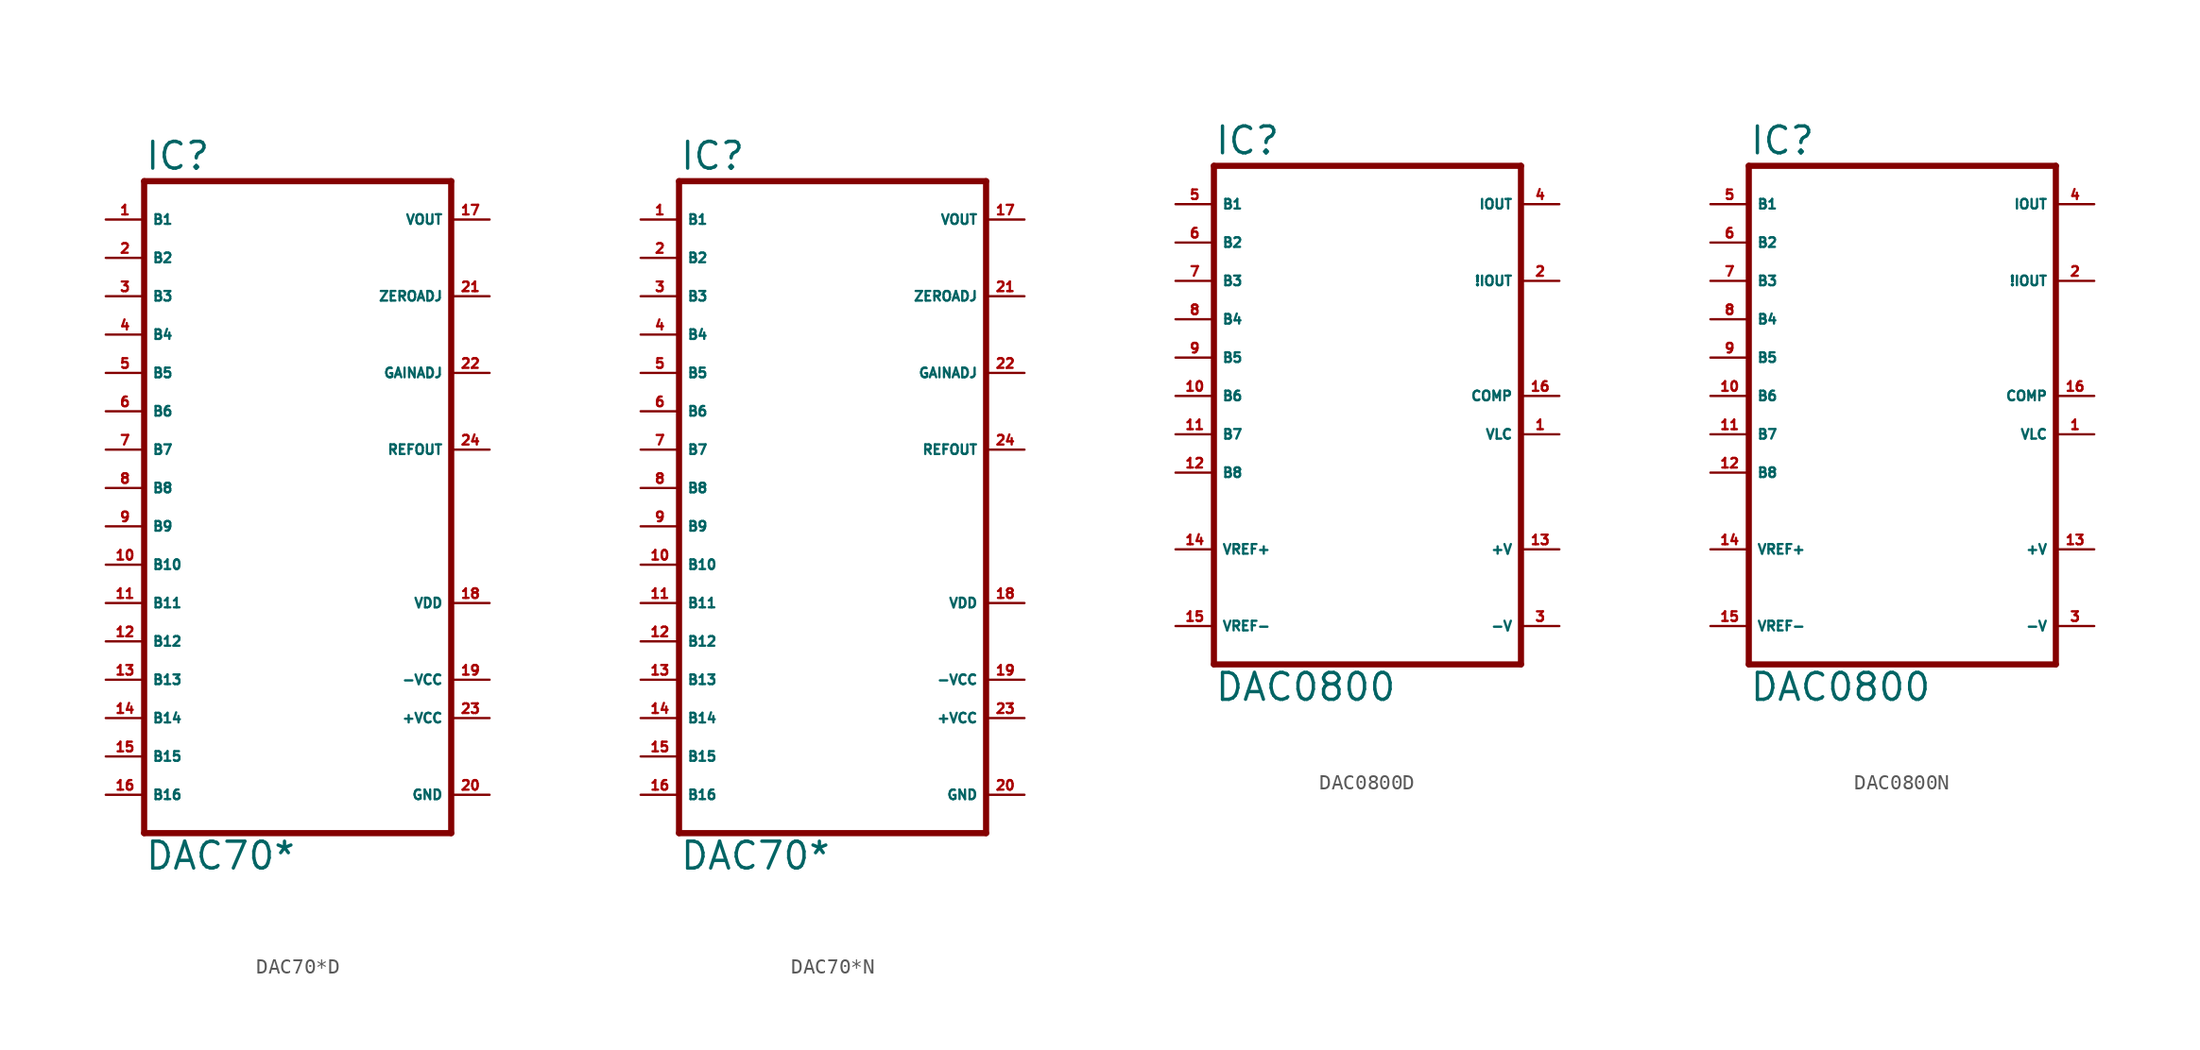
<source format=kicad_sym>
(kicad_symbol_lib
  (version 20220914)
  (generator Eagle2Kicad)
  (symbol "DAC70*D"
    (property "Reference" "IC"
      (at -10.16 20.955 0)
      (effects (font (size 1.778 1.778) (thickness 0.22)) (justify left bottom)))
    (property "Value" "DAC70*"
      (at -10.16 -25.4 0)
      (effects (font (size 1.778 1.778) (thickness 0.22)) (justify left bottom)))
    (polyline
      (pts (xy -10.16 -22.86) (xy 10.16 -22.86))
      (stroke (width 0.406) (type default))
      (fill (type none)))
    (polyline
      (pts (xy 10.16 20.32) (xy 10.16 -22.86))
      (stroke (width 0.406) (type default))
      (fill (type none)))
    (polyline
      (pts (xy 10.16 20.32) (xy -10.16 20.32))
      (stroke (width 0.406) (type default))
      (fill (type none)))
    (polyline
      (pts (xy -10.16 -22.86) (xy -10.16 20.32))
      (stroke (width 0.406) (type default))
      (fill (type none)))
    (pin input line
      (at -12.7 17.78 0)
      (length 2.54)
      (name "B1" (effects (font (size 0.635 0.635) (thickness 0.08)) (justify left bottom)))
      (number "1" (effects (font (size 0.635 0.635) (thickness 0.08)) (justify left bottom))))
    (pin input line
      (at -12.7 15.24 0)
      (length 2.54)
      (name "B2" (effects (font (size 0.635 0.635) (thickness 0.08)) (justify left bottom)))
      (number "2" (effects (font (size 0.635 0.635) (thickness 0.08)) (justify left bottom))))
    (pin input line
      (at -12.7 12.7 0)
      (length 2.54)
      (name "B3" (effects (font (size 0.635 0.635) (thickness 0.08)) (justify left bottom)))
      (number "3" (effects (font (size 0.635 0.635) (thickness 0.08)) (justify left bottom))))
    (pin input line
      (at -12.7 10.16 0)
      (length 2.54)
      (name "B4" (effects (font (size 0.635 0.635) (thickness 0.08)) (justify left bottom)))
      (number "4" (effects (font (size 0.635 0.635) (thickness 0.08)) (justify left bottom))))
    (pin input line
      (at -12.7 7.62 0)
      (length 2.54)
      (name "B5" (effects (font (size 0.635 0.635) (thickness 0.08)) (justify left bottom)))
      (number "5" (effects (font (size 0.635 0.635) (thickness 0.08)) (justify left bottom))))
    (pin input line
      (at -12.7 5.08 0)
      (length 2.54)
      (name "B6" (effects (font (size 0.635 0.635) (thickness 0.08)) (justify left bottom)))
      (number "6" (effects (font (size 0.635 0.635) (thickness 0.08)) (justify left bottom))))
    (pin input line
      (at -12.7 2.54 0)
      (length 2.54)
      (name "B7" (effects (font (size 0.635 0.635) (thickness 0.08)) (justify left bottom)))
      (number "7" (effects (font (size 0.635 0.635) (thickness 0.08)) (justify left bottom))))
    (pin input line
      (at -12.7 0 0)
      (length 2.54)
      (name "B8" (effects (font (size 0.635 0.635) (thickness 0.08)) (justify left bottom)))
      (number "8" (effects (font (size 0.635 0.635) (thickness 0.08)) (justify left bottom))))
    (pin input line
      (at -12.7 -2.54 0)
      (length 2.54)
      (name "B9" (effects (font (size 0.635 0.635) (thickness 0.08)) (justify left bottom)))
      (number "9" (effects (font (size 0.635 0.635) (thickness 0.08)) (justify left bottom))))
    (pin input line
      (at -12.7 -5.08 0)
      (length 2.54)
      (name "B10" (effects (font (size 0.635 0.635) (thickness 0.08)) (justify left bottom)))
      (number "10" (effects (font (size 0.635 0.635) (thickness 0.08)) (justify left bottom))))
    (pin input line
      (at -12.7 -7.62 0)
      (length 2.54)
      (name "B11" (effects (font (size 0.635 0.635) (thickness 0.08)) (justify left bottom)))
      (number "11" (effects (font (size 0.635 0.635) (thickness 0.08)) (justify left bottom))))
    (pin input line
      (at -12.7 -10.16 0)
      (length 2.54)
      (name "B12" (effects (font (size 0.635 0.635) (thickness 0.08)) (justify left bottom)))
      (number "12" (effects (font (size 0.635 0.635) (thickness 0.08)) (justify left bottom))))
    (pin input line
      (at -12.7 -12.7 0)
      (length 2.54)
      (name "B13" (effects (font (size 0.635 0.635) (thickness 0.08)) (justify left bottom)))
      (number "13" (effects (font (size 0.635 0.635) (thickness 0.08)) (justify left bottom))))
    (pin input line
      (at -12.7 -15.24 0)
      (length 2.54)
      (name "B14" (effects (font (size 0.635 0.635) (thickness 0.08)) (justify left bottom)))
      (number "14" (effects (font (size 0.635 0.635) (thickness 0.08)) (justify left bottom))))
    (pin input line
      (at -12.7 -17.78 0)
      (length 2.54)
      (name "B15" (effects (font (size 0.635 0.635) (thickness 0.08)) (justify left bottom)))
      (number "15" (effects (font (size 0.635 0.635) (thickness 0.08)) (justify left bottom))))
    (pin input line
      (at -12.7 -20.32 0)
      (length 2.54)
      (name "B16" (effects (font (size 0.635 0.635) (thickness 0.08)) (justify left bottom)))
      (number "16" (effects (font (size 0.635 0.635) (thickness 0.08)) (justify left bottom))))
    (pin output line
      (at 12.7 17.78 180)
      (length 2.54)
      (name "VOUT" (effects (font (size 0.635 0.635) (thickness 0.08)) (justify left bottom)))
      (number "17" (effects (font (size 0.635 0.635) (thickness 0.08)) (justify left bottom))))
    (pin output line
      (at 12.7 12.7 180)
      (length 2.54)
      (name "ZEROADJ" (effects (font (size 0.635 0.635) (thickness 0.08)) (justify left bottom)))
      (number "21" (effects (font (size 0.635 0.635) (thickness 0.08)) (justify left bottom))))
    (pin output line
      (at 12.7 7.62 180)
      (length 2.54)
      (name "GAINADJ" (effects (font (size 0.635 0.635) (thickness 0.08)) (justify left bottom)))
      (number "22" (effects (font (size 0.635 0.635) (thickness 0.08)) (justify left bottom))))
    (pin output line
      (at 12.7 2.54 180)
      (length 2.54)
      (name "REFOUT" (effects (font (size 0.635 0.635) (thickness 0.08)) (justify left bottom)))
      (number "24" (effects (font (size 0.635 0.635) (thickness 0.08)) (justify left bottom))))
    (pin unspecified line
      (at 12.7 -7.62 180)
      (length 2.54)
      (name "VDD" (effects (font (size 0.635 0.635) (thickness 0.08)) (justify left bottom)))
      (number "18" (effects (font (size 0.635 0.635) (thickness 0.08)) (justify left bottom))))
    (pin unspecified line
      (at 12.7 -12.7 180)
      (length 2.54)
      (name "-VCC" (effects (font (size 0.635 0.635) (thickness 0.08)) (justify left bottom)))
      (number "19" (effects (font (size 0.635 0.635) (thickness 0.08)) (justify left bottom))))
    (pin unspecified line
      (at 12.7 -15.24 180)
      (length 2.54)
      (name "+VCC" (effects (font (size 0.635 0.635) (thickness 0.08)) (justify left bottom)))
      (number "23" (effects (font (size 0.635 0.635) (thickness 0.08)) (justify left bottom))))
    (pin unspecified line
      (at 12.7 -20.32 180)
      (length 2.54)
      (name "GND" (effects (font (size 0.635 0.635) (thickness 0.08)) (justify left bottom)))
      (number "20" (effects (font (size 0.635 0.635) (thickness 0.08)) (justify left bottom)))))
  (symbol "DAC70*N"
    (property "Reference" "IC"
      (at -10.16 20.955 0)
      (effects (font (size 1.778 1.778) (thickness 0.22)) (justify left bottom)))
    (property "Value" "DAC70*"
      (at -10.16 -25.4 0)
      (effects (font (size 1.778 1.778) (thickness 0.22)) (justify left bottom)))
    (polyline
      (pts (xy -10.16 -22.86) (xy 10.16 -22.86))
      (stroke (width 0.406) (type default))
      (fill (type none)))
    (polyline
      (pts (xy 10.16 20.32) (xy 10.16 -22.86))
      (stroke (width 0.406) (type default))
      (fill (type none)))
    (polyline
      (pts (xy 10.16 20.32) (xy -10.16 20.32))
      (stroke (width 0.406) (type default))
      (fill (type none)))
    (polyline
      (pts (xy -10.16 -22.86) (xy -10.16 20.32))
      (stroke (width 0.406) (type default))
      (fill (type none)))
    (pin input line
      (at -12.7 17.78 0)
      (length 2.54)
      (name "B1" (effects (font (size 0.635 0.635) (thickness 0.08)) (justify left bottom)))
      (number "1" (effects (font (size 0.635 0.635) (thickness 0.08)) (justify left bottom))))
    (pin input line
      (at -12.7 15.24 0)
      (length 2.54)
      (name "B2" (effects (font (size 0.635 0.635) (thickness 0.08)) (justify left bottom)))
      (number "2" (effects (font (size 0.635 0.635) (thickness 0.08)) (justify left bottom))))
    (pin input line
      (at -12.7 12.7 0)
      (length 2.54)
      (name "B3" (effects (font (size 0.635 0.635) (thickness 0.08)) (justify left bottom)))
      (number "3" (effects (font (size 0.635 0.635) (thickness 0.08)) (justify left bottom))))
    (pin input line
      (at -12.7 10.16 0)
      (length 2.54)
      (name "B4" (effects (font (size 0.635 0.635) (thickness 0.08)) (justify left bottom)))
      (number "4" (effects (font (size 0.635 0.635) (thickness 0.08)) (justify left bottom))))
    (pin input line
      (at -12.7 7.62 0)
      (length 2.54)
      (name "B5" (effects (font (size 0.635 0.635) (thickness 0.08)) (justify left bottom)))
      (number "5" (effects (font (size 0.635 0.635) (thickness 0.08)) (justify left bottom))))
    (pin input line
      (at -12.7 5.08 0)
      (length 2.54)
      (name "B6" (effects (font (size 0.635 0.635) (thickness 0.08)) (justify left bottom)))
      (number "6" (effects (font (size 0.635 0.635) (thickness 0.08)) (justify left bottom))))
    (pin input line
      (at -12.7 2.54 0)
      (length 2.54)
      (name "B7" (effects (font (size 0.635 0.635) (thickness 0.08)) (justify left bottom)))
      (number "7" (effects (font (size 0.635 0.635) (thickness 0.08)) (justify left bottom))))
    (pin input line
      (at -12.7 0 0)
      (length 2.54)
      (name "B8" (effects (font (size 0.635 0.635) (thickness 0.08)) (justify left bottom)))
      (number "8" (effects (font (size 0.635 0.635) (thickness 0.08)) (justify left bottom))))
    (pin input line
      (at -12.7 -2.54 0)
      (length 2.54)
      (name "B9" (effects (font (size 0.635 0.635) (thickness 0.08)) (justify left bottom)))
      (number "9" (effects (font (size 0.635 0.635) (thickness 0.08)) (justify left bottom))))
    (pin input line
      (at -12.7 -5.08 0)
      (length 2.54)
      (name "B10" (effects (font (size 0.635 0.635) (thickness 0.08)) (justify left bottom)))
      (number "10" (effects (font (size 0.635 0.635) (thickness 0.08)) (justify left bottom))))
    (pin input line
      (at -12.7 -7.62 0)
      (length 2.54)
      (name "B11" (effects (font (size 0.635 0.635) (thickness 0.08)) (justify left bottom)))
      (number "11" (effects (font (size 0.635 0.635) (thickness 0.08)) (justify left bottom))))
    (pin input line
      (at -12.7 -10.16 0)
      (length 2.54)
      (name "B12" (effects (font (size 0.635 0.635) (thickness 0.08)) (justify left bottom)))
      (number "12" (effects (font (size 0.635 0.635) (thickness 0.08)) (justify left bottom))))
    (pin input line
      (at -12.7 -12.7 0)
      (length 2.54)
      (name "B13" (effects (font (size 0.635 0.635) (thickness 0.08)) (justify left bottom)))
      (number "13" (effects (font (size 0.635 0.635) (thickness 0.08)) (justify left bottom))))
    (pin input line
      (at -12.7 -15.24 0)
      (length 2.54)
      (name "B14" (effects (font (size 0.635 0.635) (thickness 0.08)) (justify left bottom)))
      (number "14" (effects (font (size 0.635 0.635) (thickness 0.08)) (justify left bottom))))
    (pin input line
      (at -12.7 -17.78 0)
      (length 2.54)
      (name "B15" (effects (font (size 0.635 0.635) (thickness 0.08)) (justify left bottom)))
      (number "15" (effects (font (size 0.635 0.635) (thickness 0.08)) (justify left bottom))))
    (pin input line
      (at -12.7 -20.32 0)
      (length 2.54)
      (name "B16" (effects (font (size 0.635 0.635) (thickness 0.08)) (justify left bottom)))
      (number "16" (effects (font (size 0.635 0.635) (thickness 0.08)) (justify left bottom))))
    (pin output line
      (at 12.7 17.78 180)
      (length 2.54)
      (name "VOUT" (effects (font (size 0.635 0.635) (thickness 0.08)) (justify left bottom)))
      (number "17" (effects (font (size 0.635 0.635) (thickness 0.08)) (justify left bottom))))
    (pin output line
      (at 12.7 12.7 180)
      (length 2.54)
      (name "ZEROADJ" (effects (font (size 0.635 0.635) (thickness 0.08)) (justify left bottom)))
      (number "21" (effects (font (size 0.635 0.635) (thickness 0.08)) (justify left bottom))))
    (pin output line
      (at 12.7 7.62 180)
      (length 2.54)
      (name "GAINADJ" (effects (font (size 0.635 0.635) (thickness 0.08)) (justify left bottom)))
      (number "22" (effects (font (size 0.635 0.635) (thickness 0.08)) (justify left bottom))))
    (pin output line
      (at 12.7 2.54 180)
      (length 2.54)
      (name "REFOUT" (effects (font (size 0.635 0.635) (thickness 0.08)) (justify left bottom)))
      (number "24" (effects (font (size 0.635 0.635) (thickness 0.08)) (justify left bottom))))
    (pin unspecified line
      (at 12.7 -7.62 180)
      (length 2.54)
      (name "VDD" (effects (font (size 0.635 0.635) (thickness 0.08)) (justify left bottom)))
      (number "18" (effects (font (size 0.635 0.635) (thickness 0.08)) (justify left bottom))))
    (pin unspecified line
      (at 12.7 -12.7 180)
      (length 2.54)
      (name "-VCC" (effects (font (size 0.635 0.635) (thickness 0.08)) (justify left bottom)))
      (number "19" (effects (font (size 0.635 0.635) (thickness 0.08)) (justify left bottom))))
    (pin unspecified line
      (at 12.7 -15.24 180)
      (length 2.54)
      (name "+VCC" (effects (font (size 0.635 0.635) (thickness 0.08)) (justify left bottom)))
      (number "23" (effects (font (size 0.635 0.635) (thickness 0.08)) (justify left bottom))))
    (pin unspecified line
      (at 12.7 -20.32 180)
      (length 2.54)
      (name "GND" (effects (font (size 0.635 0.635) (thickness 0.08)) (justify left bottom)))
      (number "20" (effects (font (size 0.635 0.635) (thickness 0.08)) (justify left bottom)))))
  (symbol "DAC0800D"
    (property "Reference" "IC"
      (at -10.16 15.875 0)
      (effects (font (size 1.778 1.778) (thickness 0.22)) (justify left bottom)))
    (property "Value" "DAC0800"
      (at -10.16 -20.32 0)
      (effects (font (size 1.778 1.778) (thickness 0.22)) (justify left bottom)))
    (polyline
      (pts (xy -10.16 -17.78) (xy 10.16 -17.78))
      (stroke (width 0.406) (type default))
      (fill (type none)))
    (polyline
      (pts (xy 10.16 -17.78) (xy 10.16 15.24))
      (stroke (width 0.406) (type default))
      (fill (type none)))
    (polyline
      (pts (xy 10.16 15.24) (xy -10.16 15.24))
      (stroke (width 0.406) (type default))
      (fill (type none)))
    (polyline
      (pts (xy -10.16 15.24) (xy -10.16 -17.78))
      (stroke (width 0.406) (type default))
      (fill (type none)))
    (pin input line
      (at 12.7 -2.54 180)
      (length 2.54)
      (name "VLC" (effects (font (size 0.635 0.635) (thickness 0.08)) (justify left bottom)))
      (number "1" (effects (font (size 0.635 0.635) (thickness 0.08)) (justify left bottom))))
    (pin output line
      (at 12.7 7.62 180)
      (length 2.54)
      (name "!IOUT" (effects (font (size 0.635 0.635) (thickness 0.08)) (justify left bottom)))
      (number "2" (effects (font (size 0.635 0.635) (thickness 0.08)) (justify left bottom))))
    (pin output line
      (at 12.7 12.7 180)
      (length 2.54)
      (name "IOUT" (effects (font (size 0.635 0.635) (thickness 0.08)) (justify left bottom)))
      (number "4" (effects (font (size 0.635 0.635) (thickness 0.08)) (justify left bottom))))
    (pin input line
      (at -12.7 12.7 0)
      (length 2.54)
      (name "B1" (effects (font (size 0.635 0.635) (thickness 0.08)) (justify left bottom)))
      (number "5" (effects (font (size 0.635 0.635) (thickness 0.08)) (justify left bottom))))
    (pin input line
      (at -12.7 10.16 0)
      (length 2.54)
      (name "B2" (effects (font (size 0.635 0.635) (thickness 0.08)) (justify left bottom)))
      (number "6" (effects (font (size 0.635 0.635) (thickness 0.08)) (justify left bottom))))
    (pin input line
      (at -12.7 7.62 0)
      (length 2.54)
      (name "B3" (effects (font (size 0.635 0.635) (thickness 0.08)) (justify left bottom)))
      (number "7" (effects (font (size 0.635 0.635) (thickness 0.08)) (justify left bottom))))
    (pin input line
      (at -12.7 5.08 0)
      (length 2.54)
      (name "B4" (effects (font (size 0.635 0.635) (thickness 0.08)) (justify left bottom)))
      (number "8" (effects (font (size 0.635 0.635) (thickness 0.08)) (justify left bottom))))
    (pin input line
      (at -12.7 2.54 0)
      (length 2.54)
      (name "B5" (effects (font (size 0.635 0.635) (thickness 0.08)) (justify left bottom)))
      (number "9" (effects (font (size 0.635 0.635) (thickness 0.08)) (justify left bottom))))
    (pin input line
      (at -12.7 0 0)
      (length 2.54)
      (name "B6" (effects (font (size 0.635 0.635) (thickness 0.08)) (justify left bottom)))
      (number "10" (effects (font (size 0.635 0.635) (thickness 0.08)) (justify left bottom))))
    (pin input line
      (at -12.7 -2.54 0)
      (length 2.54)
      (name "B7" (effects (font (size 0.635 0.635) (thickness 0.08)) (justify left bottom)))
      (number "11" (effects (font (size 0.635 0.635) (thickness 0.08)) (justify left bottom))))
    (pin input line
      (at -12.7 -5.08 0)
      (length 2.54)
      (name "B8" (effects (font (size 0.635 0.635) (thickness 0.08)) (justify left bottom)))
      (number "12" (effects (font (size 0.635 0.635) (thickness 0.08)) (justify left bottom))))
    (pin input line
      (at -12.7 -10.16 0)
      (length 2.54)
      (name "VREF+" (effects (font (size 0.635 0.635) (thickness 0.08)) (justify left bottom)))
      (number "14" (effects (font (size 0.635 0.635) (thickness 0.08)) (justify left bottom))))
    (pin input line
      (at -12.7 -15.24 0)
      (length 2.54)
      (name "VREF-" (effects (font (size 0.635 0.635) (thickness 0.08)) (justify left bottom)))
      (number "15" (effects (font (size 0.635 0.635) (thickness 0.08)) (justify left bottom))))
    (pin input line
      (at 12.7 0 180)
      (length 2.54)
      (name "COMP" (effects (font (size 0.635 0.635) (thickness 0.08)) (justify left bottom)))
      (number "16" (effects (font (size 0.635 0.635) (thickness 0.08)) (justify left bottom))))
    (pin unspecified line
      (at 12.7 -10.16 180)
      (length 2.54)
      (name "+V" (effects (font (size 0.635 0.635) (thickness 0.08)) (justify left bottom)))
      (number "13" (effects (font (size 0.635 0.635) (thickness 0.08)) (justify left bottom))))
    (pin unspecified line
      (at 12.7 -15.24 180)
      (length 2.54)
      (name "-V" (effects (font (size 0.635 0.635) (thickness 0.08)) (justify left bottom)))
      (number "3" (effects (font (size 0.635 0.635) (thickness 0.08)) (justify left bottom)))))
  (symbol "DAC0800N"
    (property "Reference" "IC"
      (at -10.16 15.875 0)
      (effects (font (size 1.778 1.778) (thickness 0.22)) (justify left bottom)))
    (property "Value" "DAC0800"
      (at -10.16 -20.32 0)
      (effects (font (size 1.778 1.778) (thickness 0.22)) (justify left bottom)))
    (polyline
      (pts (xy -10.16 -17.78) (xy 10.16 -17.78))
      (stroke (width 0.406) (type default))
      (fill (type none)))
    (polyline
      (pts (xy 10.16 -17.78) (xy 10.16 15.24))
      (stroke (width 0.406) (type default))
      (fill (type none)))
    (polyline
      (pts (xy 10.16 15.24) (xy -10.16 15.24))
      (stroke (width 0.406) (type default))
      (fill (type none)))
    (polyline
      (pts (xy -10.16 15.24) (xy -10.16 -17.78))
      (stroke (width 0.406) (type default))
      (fill (type none)))
    (pin input line
      (at 12.7 -2.54 180)
      (length 2.54)
      (name "VLC" (effects (font (size 0.635 0.635) (thickness 0.08)) (justify left bottom)))
      (number "1" (effects (font (size 0.635 0.635) (thickness 0.08)) (justify left bottom))))
    (pin output line
      (at 12.7 7.62 180)
      (length 2.54)
      (name "!IOUT" (effects (font (size 0.635 0.635) (thickness 0.08)) (justify left bottom)))
      (number "2" (effects (font (size 0.635 0.635) (thickness 0.08)) (justify left bottom))))
    (pin output line
      (at 12.7 12.7 180)
      (length 2.54)
      (name "IOUT" (effects (font (size 0.635 0.635) (thickness 0.08)) (justify left bottom)))
      (number "4" (effects (font (size 0.635 0.635) (thickness 0.08)) (justify left bottom))))
    (pin input line
      (at -12.7 12.7 0)
      (length 2.54)
      (name "B1" (effects (font (size 0.635 0.635) (thickness 0.08)) (justify left bottom)))
      (number "5" (effects (font (size 0.635 0.635) (thickness 0.08)) (justify left bottom))))
    (pin input line
      (at -12.7 10.16 0)
      (length 2.54)
      (name "B2" (effects (font (size 0.635 0.635) (thickness 0.08)) (justify left bottom)))
      (number "6" (effects (font (size 0.635 0.635) (thickness 0.08)) (justify left bottom))))
    (pin input line
      (at -12.7 7.62 0)
      (length 2.54)
      (name "B3" (effects (font (size 0.635 0.635) (thickness 0.08)) (justify left bottom)))
      (number "7" (effects (font (size 0.635 0.635) (thickness 0.08)) (justify left bottom))))
    (pin input line
      (at -12.7 5.08 0)
      (length 2.54)
      (name "B4" (effects (font (size 0.635 0.635) (thickness 0.08)) (justify left bottom)))
      (number "8" (effects (font (size 0.635 0.635) (thickness 0.08)) (justify left bottom))))
    (pin input line
      (at -12.7 2.54 0)
      (length 2.54)
      (name "B5" (effects (font (size 0.635 0.635) (thickness 0.08)) (justify left bottom)))
      (number "9" (effects (font (size 0.635 0.635) (thickness 0.08)) (justify left bottom))))
    (pin input line
      (at -12.7 0 0)
      (length 2.54)
      (name "B6" (effects (font (size 0.635 0.635) (thickness 0.08)) (justify left bottom)))
      (number "10" (effects (font (size 0.635 0.635) (thickness 0.08)) (justify left bottom))))
    (pin input line
      (at -12.7 -2.54 0)
      (length 2.54)
      (name "B7" (effects (font (size 0.635 0.635) (thickness 0.08)) (justify left bottom)))
      (number "11" (effects (font (size 0.635 0.635) (thickness 0.08)) (justify left bottom))))
    (pin input line
      (at -12.7 -5.08 0)
      (length 2.54)
      (name "B8" (effects (font (size 0.635 0.635) (thickness 0.08)) (justify left bottom)))
      (number "12" (effects (font (size 0.635 0.635) (thickness 0.08)) (justify left bottom))))
    (pin input line
      (at -12.7 -10.16 0)
      (length 2.54)
      (name "VREF+" (effects (font (size 0.635 0.635) (thickness 0.08)) (justify left bottom)))
      (number "14" (effects (font (size 0.635 0.635) (thickness 0.08)) (justify left bottom))))
    (pin input line
      (at -12.7 -15.24 0)
      (length 2.54)
      (name "VREF-" (effects (font (size 0.635 0.635) (thickness 0.08)) (justify left bottom)))
      (number "15" (effects (font (size 0.635 0.635) (thickness 0.08)) (justify left bottom))))
    (pin input line
      (at 12.7 0 180)
      (length 2.54)
      (name "COMP" (effects (font (size 0.635 0.635) (thickness 0.08)) (justify left bottom)))
      (number "16" (effects (font (size 0.635 0.635) (thickness 0.08)) (justify left bottom))))
    (pin unspecified line
      (at 12.7 -10.16 180)
      (length 2.54)
      (name "+V" (effects (font (size 0.635 0.635) (thickness 0.08)) (justify left bottom)))
      (number "13" (effects (font (size 0.635 0.635) (thickness 0.08)) (justify left bottom))))
    (pin unspecified line
      (at 12.7 -15.24 180)
      (length 2.54)
      (name "-V" (effects (font (size 0.635 0.635) (thickness 0.08)) (justify left bottom)))
      (number "3" (effects (font (size 0.635 0.635) (thickness 0.08)) (justify left bottom))))))
</source>
